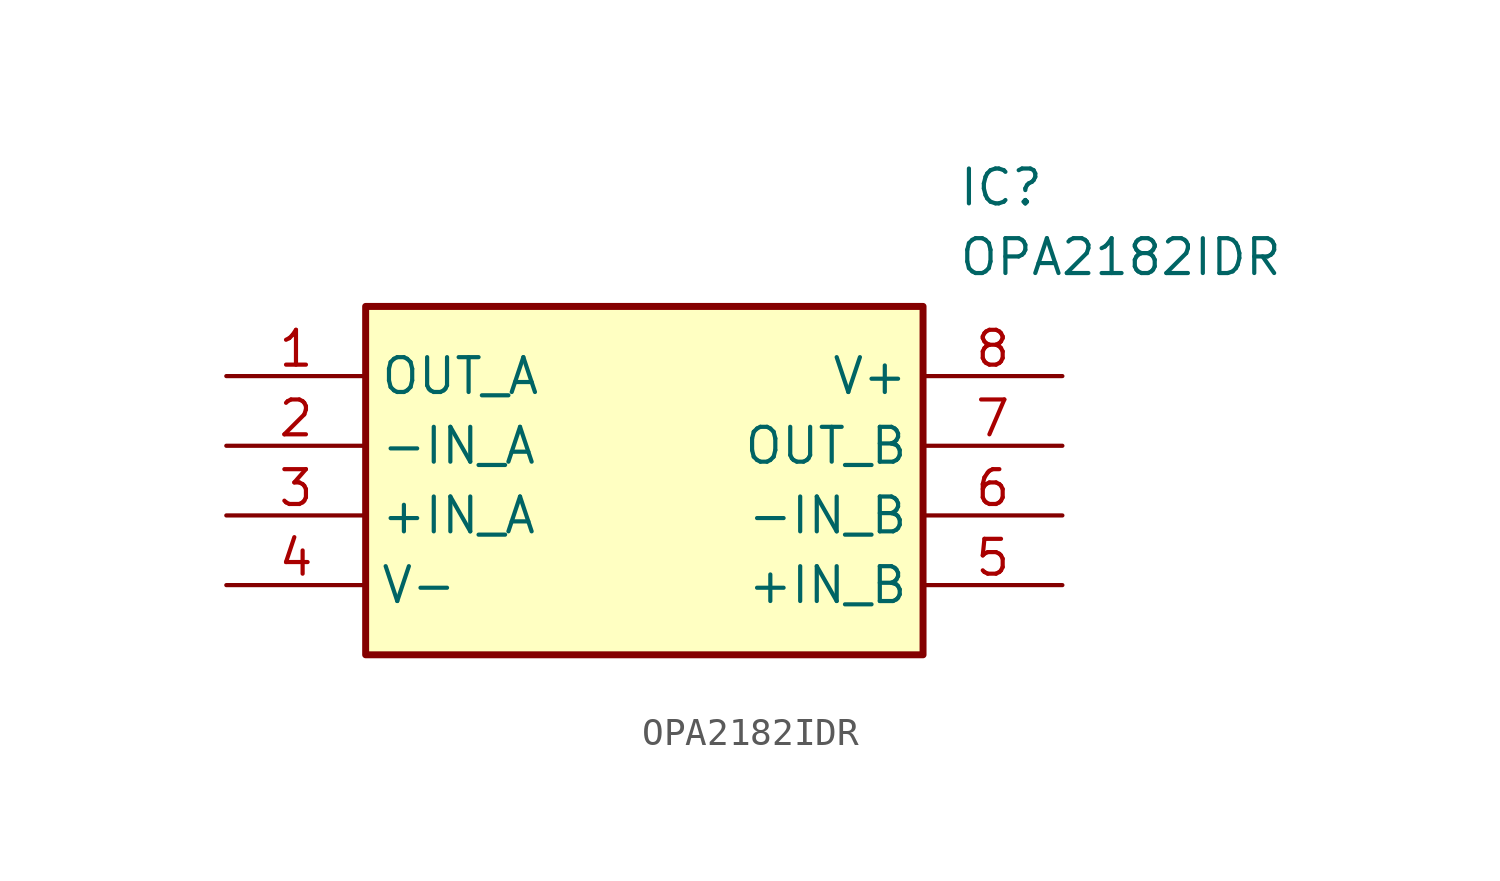
<source format=kicad_sym>
(kicad_symbol_lib
  (version 20211014)
  (generator kicad_symbol_editor)
  (symbol "OPA2182IDR"
    (property "Reference" "IC"
      (at 26.67 7.62 0)
      (effects (font (size 1.27 1.27)) (justify left top)))
    (property "Value" "OPA2182IDR"
      (at 26.67 5.08 0)
      (effects (font (size 1.27 1.27)) (justify left top)))
    (rectangle
      (start 5.08 2.54)
      (end 25.4 -10.16)
      (stroke (width 0.254) (type default))
      (fill (type background)))
    (pin passive line
      (at 0 0 0)
      (length 5.08)
      (name "OUT_A" (effects (font (size 1.27 1.27))))
      (number "1" (effects (font (size 1.27 1.27)))))
    (pin passive line
      (at 0 -2.54 0)
      (length 5.08)
      (name "-IN_A" (effects (font (size 1.27 1.27))))
      (number "2" (effects (font (size 1.27 1.27)))))
    (pin passive line
      (at 0 -5.08 0)
      (length 5.08)
      (name "+IN_A" (effects (font (size 1.27 1.27))))
      (number "3" (effects (font (size 1.27 1.27)))))
    (pin passive line
      (at 0 -7.62 0)
      (length 5.08)
      (name "V-" (effects (font (size 1.27 1.27))))
      (number "4" (effects (font (size 1.27 1.27)))))
    (pin passive line
      (at 30.48 0 180)
      (length 5.08)
      (name "V+" (effects (font (size 1.27 1.27))))
      (number "8" (effects (font (size 1.27 1.27)))))
    (pin passive line
      (at 30.48 -2.54 180)
      (length 5.08)
      (name "OUT_B" (effects (font (size 1.27 1.27))))
      (number "7" (effects (font (size 1.27 1.27)))))
    (pin passive line
      (at 30.48 -5.08 180)
      (length 5.08)
      (name "-IN_B" (effects (font (size 1.27 1.27))))
      (number "6" (effects (font (size 1.27 1.27)))))
    (pin passive line
      (at 30.48 -7.62 180)
      (length 5.08)
      (name "+IN_B" (effects (font (size 1.27 1.27))))
      (number "5" (effects (font (size 1.27 1.27)))))))
</source>
